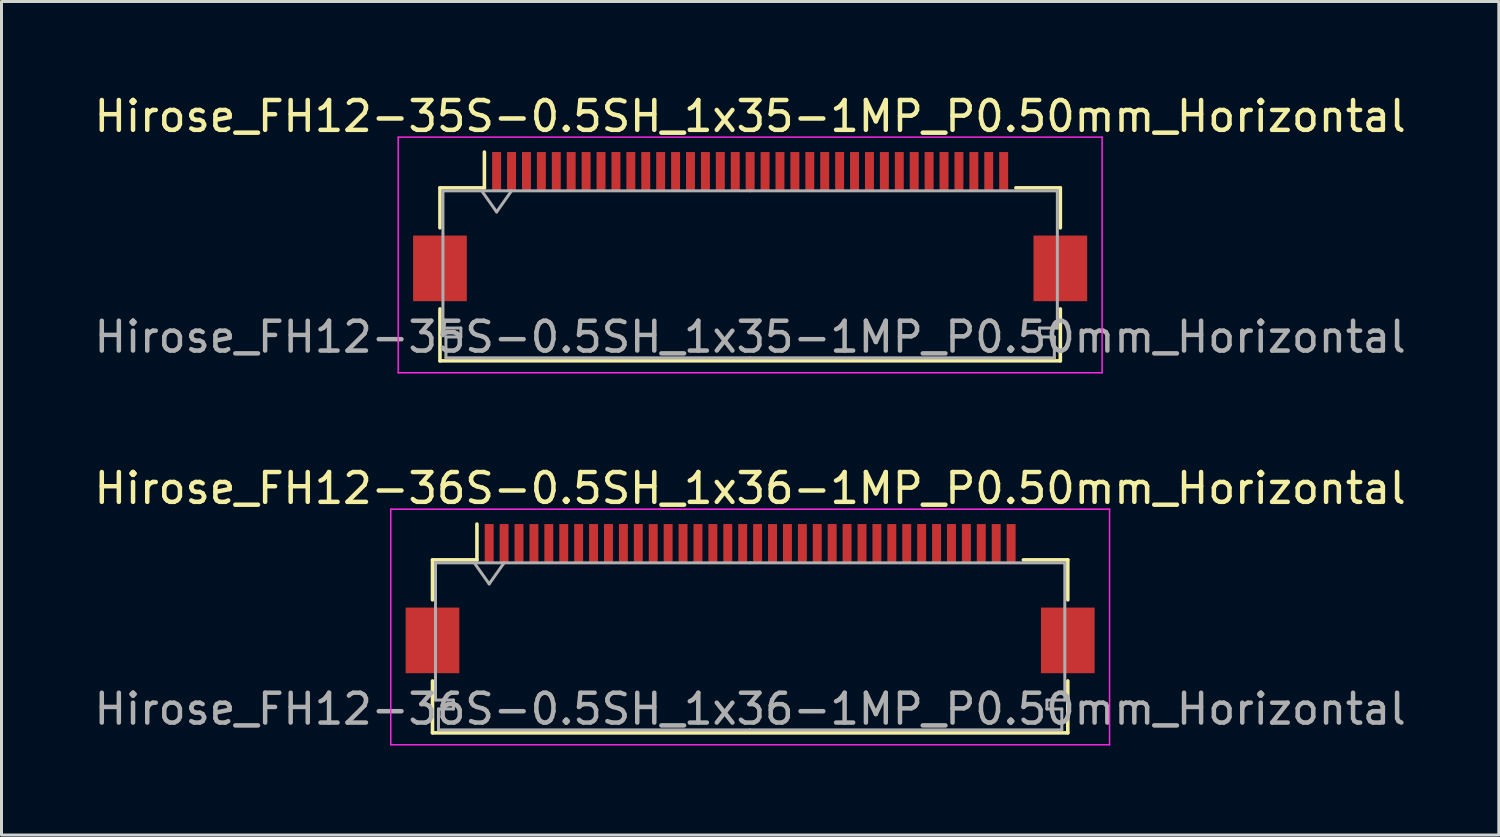
<source format=kicad_pcb>
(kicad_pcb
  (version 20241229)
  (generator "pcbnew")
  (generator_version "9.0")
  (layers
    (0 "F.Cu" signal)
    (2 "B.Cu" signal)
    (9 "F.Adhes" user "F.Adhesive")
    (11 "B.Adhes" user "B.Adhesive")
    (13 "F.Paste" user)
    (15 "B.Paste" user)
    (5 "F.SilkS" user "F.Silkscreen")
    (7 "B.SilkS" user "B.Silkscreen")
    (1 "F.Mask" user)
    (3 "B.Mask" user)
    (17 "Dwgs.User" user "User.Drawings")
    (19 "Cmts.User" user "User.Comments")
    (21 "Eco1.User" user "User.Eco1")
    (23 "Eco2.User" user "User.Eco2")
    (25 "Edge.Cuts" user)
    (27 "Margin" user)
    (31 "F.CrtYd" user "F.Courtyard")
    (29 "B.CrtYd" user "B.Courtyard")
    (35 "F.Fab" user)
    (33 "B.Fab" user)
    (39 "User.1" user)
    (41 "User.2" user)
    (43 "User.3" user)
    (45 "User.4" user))
  (footprint "Hirose_FH12-35S-0.5SH_1x35-1MP_P0.50mm_Horizontal"
    (layer "F.Cu")
    (at 22.101 4.548)
    (property "Reference" "Hirose_FH12-35S-0.5SH_1x35-1MP_P0.50mm_Horizontal" (at 0 -3.7 0) (layer "F.SilkS") (effects (font (size 1 1) (thickness 0.15))))
    (attr smd)
    (fp_line (start -10.4 -1.3) (end -10.4 0.04) (stroke (width 0.12) (type solid)) (layer "F.SilkS"))
    (fp_line (start -10.4 2.76) (end -10.4 4.5) (stroke (width 0.12) (type solid)) (layer "F.SilkS"))
    (fp_line (start -10.4 4.5) (end 10.4 4.5) (stroke (width 0.12) (type solid)) (layer "F.SilkS"))
    (fp_line (start -8.91 -1.3) (end -10.4 -1.3) (stroke (width 0.12) (type solid)) (layer "F.SilkS"))
    (fp_line (start -8.91 -1.3) (end -8.91 -2.5) (stroke (width 0.12) (type solid)) (layer "F.SilkS"))
    (fp_line (start 8.91 -1.3) (end 10.4 -1.3) (stroke (width 0.12) (type solid)) (layer "F.SilkS"))
    (fp_line (start 10.4 -1.3) (end 10.4 0.04) (stroke (width 0.12) (type solid)) (layer "F.SilkS"))
    (fp_line (start 10.4 4.5) (end 10.4 2.76) (stroke (width 0.12) (type solid)) (layer "F.SilkS"))
    (fp_line (start -11.8 -3) (end -11.8 4.9) (stroke (width 0.05) (type solid)) (layer "F.CrtYd"))
    (fp_line (start -11.8 4.9) (end 11.8 4.9) (stroke (width 0.05) (type solid)) (layer "F.CrtYd"))
    (fp_line (start 11.8 -3) (end -11.8 -3) (stroke (width 0.05) (type solid)) (layer "F.CrtYd"))
    (fp_line (start 11.8 4.9) (end 11.8 -3) (stroke (width 0.05) (type solid)) (layer "F.CrtYd"))
    (fp_line (start -10.3 -1.2) (end -10.3 3.4) (stroke (width 0.1) (type solid)) (layer "F.Fab"))
    (fp_line (start -10.3 3.4) (end -9.7 3.4) (stroke (width 0.1) (type solid)) (layer "F.Fab"))
    (fp_line (start -10.2 3.7) (end -10.2 4.4) (stroke (width 0.1) (type solid)) (layer "F.Fab"))
    (fp_line (start -10.2 4.4) (end 0 4.4) (stroke (width 0.1) (type solid)) (layer "F.Fab"))
    (fp_line (start -9.7 3.4) (end -9.7 3.7) (stroke (width 0.1) (type solid)) (layer "F.Fab"))
    (fp_line (start -9.7 3.7) (end -10.2 3.7) (stroke (width 0.1) (type solid)) (layer "F.Fab"))
    (fp_line (start -9 -1.2) (end -8.5 -0.493) (stroke (width 0.1) (type solid)) (layer "F.Fab"))
    (fp_line (start -8.5 -0.493) (end -8 -1.2) (stroke (width 0.1) (type solid)) (layer "F.Fab"))
    (fp_line (start 0 -1.2) (end -10.3 -1.2) (stroke (width 0.1) (type solid)) (layer "F.Fab"))
    (fp_line (start 0 -1.2) (end 10.3 -1.2) (stroke (width 0.1) (type solid)) (layer "F.Fab"))
    (fp_line (start 9.7 3.4) (end 9.7 3.7) (stroke (width 0.1) (type solid)) (layer "F.Fab"))
    (fp_line (start 9.7 3.7) (end 10.2 3.7) (stroke (width 0.1) (type solid)) (layer "F.Fab"))
    (fp_line (start 10.2 3.7) (end 10.2 4.4) (stroke (width 0.1) (type solid)) (layer "F.Fab"))
    (fp_line (start 10.2 4.4) (end 0 4.4) (stroke (width 0.1) (type solid)) (layer "F.Fab"))
    (fp_line (start 10.3 -1.2) (end 10.3 3.4) (stroke (width 0.1) (type solid)) (layer "F.Fab"))
    (fp_line (start 10.3 3.4) (end 9.7 3.4) (stroke (width 0.1) (type solid)) (layer "F.Fab"))
    (fp_text user "${REFERENCE}" (at 0 3.7 0) (layer "F.Fab") (effects (font (size 1 1) (thickness 0.15))))
    (pad "1" smd rect (at -8.5 -1.85) (size 0.3 1.3) (layers "F.Cu" "F.Mask" "F.Paste"))
    (pad "2" smd rect (at -8 -1.85) (size 0.3 1.3) (layers "F.Cu" "F.Mask" "F.Paste"))
    (pad "3" smd rect (at -7.5 -1.85) (size 0.3 1.3) (layers "F.Cu" "F.Mask" "F.Paste"))
    (pad "4" smd rect (at -7 -1.85) (size 0.3 1.3) (layers "F.Cu" "F.Mask" "F.Paste"))
    (pad "5" smd rect (at -6.5 -1.85) (size 0.3 1.3) (layers "F.Cu" "F.Mask" "F.Paste"))
    (pad "6" smd rect (at -6 -1.85) (size 0.3 1.3) (layers "F.Cu" "F.Mask" "F.Paste"))
    (pad "7" smd rect (at -5.5 -1.85) (size 0.3 1.3) (layers "F.Cu" "F.Mask" "F.Paste"))
    (pad "8" smd rect (at -5 -1.85) (size 0.3 1.3) (layers "F.Cu" "F.Mask" "F.Paste"))
    (pad "9" smd rect (at -4.5 -1.85) (size 0.3 1.3) (layers "F.Cu" "F.Mask" "F.Paste"))
    (pad "10" smd rect (at -4 -1.85) (size 0.3 1.3) (layers "F.Cu" "F.Mask" "F.Paste"))
    (pad "11" smd rect (at -3.5 -1.85) (size 0.3 1.3) (layers "F.Cu" "F.Mask" "F.Paste"))
    (pad "12" smd rect (at -3 -1.85) (size 0.3 1.3) (layers "F.Cu" "F.Mask" "F.Paste"))
    (pad "13" smd rect (at -2.5 -1.85) (size 0.3 1.3) (layers "F.Cu" "F.Mask" "F.Paste"))
    (pad "14" smd rect (at -2 -1.85) (size 0.3 1.3) (layers "F.Cu" "F.Mask" "F.Paste"))
    (pad "15" smd rect (at -1.5 -1.85) (size 0.3 1.3) (layers "F.Cu" "F.Mask" "F.Paste"))
    (pad "16" smd rect (at -1 -1.85) (size 0.3 1.3) (layers "F.Cu" "F.Mask" "F.Paste"))
    (pad "17" smd rect (at -0.5 -1.85) (size 0.3 1.3) (layers "F.Cu" "F.Mask" "F.Paste"))
    (pad "18" smd rect (at 0 -1.85) (size 0.3 1.3) (layers "F.Cu" "F.Mask" "F.Paste"))
    (pad "19" smd rect (at 0.5 -1.85) (size 0.3 1.3) (layers "F.Cu" "F.Mask" "F.Paste"))
    (pad "20" smd rect (at 1 -1.85) (size 0.3 1.3) (layers "F.Cu" "F.Mask" "F.Paste"))
    (pad "21" smd rect (at 1.5 -1.85) (size 0.3 1.3) (layers "F.Cu" "F.Mask" "F.Paste"))
    (pad "22" smd rect (at 2 -1.85) (size 0.3 1.3) (layers "F.Cu" "F.Mask" "F.Paste"))
    (pad "23" smd rect (at 2.5 -1.85) (size 0.3 1.3) (layers "F.Cu" "F.Mask" "F.Paste"))
    (pad "24" smd rect (at 3 -1.85) (size 0.3 1.3) (layers "F.Cu" "F.Mask" "F.Paste"))
    (pad "25" smd rect (at 3.5 -1.85) (size 0.3 1.3) (layers "F.Cu" "F.Mask" "F.Paste"))
    (pad "26" smd rect (at 4 -1.85) (size 0.3 1.3) (layers "F.Cu" "F.Mask" "F.Paste"))
    (pad "27" smd rect (at 4.5 -1.85) (size 0.3 1.3) (layers "F.Cu" "F.Mask" "F.Paste"))
    (pad "28" smd rect (at 5 -1.85) (size 0.3 1.3) (layers "F.Cu" "F.Mask" "F.Paste"))
    (pad "29" smd rect (at 5.5 -1.85) (size 0.3 1.3) (layers "F.Cu" "F.Mask" "F.Paste"))
    (pad "30" smd rect (at 6 -1.85) (size 0.3 1.3) (layers "F.Cu" "F.Mask" "F.Paste"))
    (pad "31" smd rect (at 6.5 -1.85) (size 0.3 1.3) (layers "F.Cu" "F.Mask" "F.Paste"))
    (pad "32" smd rect (at 7 -1.85) (size 0.3 1.3) (layers "F.Cu" "F.Mask" "F.Paste"))
    (pad "33" smd rect (at 7.5 -1.85) (size 0.3 1.3) (layers "F.Cu" "F.Mask" "F.Paste"))
    (pad "34" smd rect (at 8 -1.85) (size 0.3 1.3) (layers "F.Cu" "F.Mask" "F.Paste"))
    (pad "35" smd rect (at 8.5 -1.85) (size 0.3 1.3) (layers "F.Cu" "F.Mask" "F.Paste"))
    (pad "MP" smd rect (at -10.4 1.4) (size 1.8 2.2) (layers "F.Cu" "F.Mask" "F.Paste"))
    (pad "MP" smd rect (at 10.4 1.4) (size 1.8 2.2) (layers "F.Cu" "F.Mask" "F.Paste")))
  (footprint "Hirose_FH12-36S-0.5SH_1x36-1MP_P0.50mm_Horizontal"
    (layer "F.Cu")
    (at 22.101 17.021)
    (property "Reference" "Hirose_FH12-36S-0.5SH_1x36-1MP_P0.50mm_Horizontal" (at 0 -3.7 0) (layer "F.SilkS") (effects (font (size 1 1) (thickness 0.15))))
    (attr smd)
    (fp_line (start -10.65 -1.3) (end -10.65 0.04) (stroke (width 0.12) (type solid)) (layer "F.SilkS"))
    (fp_line (start -10.65 2.76) (end -10.65 4.5) (stroke (width 0.12) (type solid)) (layer "F.SilkS"))
    (fp_line (start -10.65 4.5) (end 10.65 4.5) (stroke (width 0.12) (type solid)) (layer "F.SilkS"))
    (fp_line (start -9.16 -1.3) (end -10.65 -1.3) (stroke (width 0.12) (type solid)) (layer "F.SilkS"))
    (fp_line (start -9.16 -1.3) (end -9.16 -2.5) (stroke (width 0.12) (type solid)) (layer "F.SilkS"))
    (fp_line (start 9.16 -1.3) (end 10.65 -1.3) (stroke (width 0.12) (type solid)) (layer "F.SilkS"))
    (fp_line (start 10.65 -1.3) (end 10.65 0.04) (stroke (width 0.12) (type solid)) (layer "F.SilkS"))
    (fp_line (start 10.65 4.5) (end 10.65 2.76) (stroke (width 0.12) (type solid)) (layer "F.SilkS"))
    (fp_line (start -12.05 -3) (end -12.05 4.9) (stroke (width 0.05) (type solid)) (layer "F.CrtYd"))
    (fp_line (start -12.05 4.9) (end 12.05 4.9) (stroke (width 0.05) (type solid)) (layer "F.CrtYd"))
    (fp_line (start 12.05 -3) (end -12.05 -3) (stroke (width 0.05) (type solid)) (layer "F.CrtYd"))
    (fp_line (start 12.05 4.9) (end 12.05 -3) (stroke (width 0.05) (type solid)) (layer "F.CrtYd"))
    (fp_line (start -10.55 -1.2) (end -10.55 3.4) (stroke (width 0.1) (type solid)) (layer "F.Fab"))
    (fp_line (start -10.55 3.4) (end -9.95 3.4) (stroke (width 0.1) (type solid)) (layer "F.Fab"))
    (fp_line (start -10.45 3.7) (end -10.45 4.4) (stroke (width 0.1) (type solid)) (layer "F.Fab"))
    (fp_line (start -10.45 4.4) (end 0 4.4) (stroke (width 0.1) (type solid)) (layer "F.Fab"))
    (fp_line (start -9.95 3.4) (end -9.95 3.7) (stroke (width 0.1) (type solid)) (layer "F.Fab"))
    (fp_line (start -9.95 3.7) (end -10.45 3.7) (stroke (width 0.1) (type solid)) (layer "F.Fab"))
    (fp_line (start -9.25 -1.2) (end -8.75 -0.493) (stroke (width 0.1) (type solid)) (layer "F.Fab"))
    (fp_line (start -8.75 -0.493) (end -8.25 -1.2) (stroke (width 0.1) (type solid)) (layer "F.Fab"))
    (fp_line (start 0 -1.2) (end -10.55 -1.2) (stroke (width 0.1) (type solid)) (layer "F.Fab"))
    (fp_line (start 0 -1.2) (end 10.55 -1.2) (stroke (width 0.1) (type solid)) (layer "F.Fab"))
    (fp_line (start 9.95 3.4) (end 9.95 3.7) (stroke (width 0.1) (type solid)) (layer "F.Fab"))
    (fp_line (start 9.95 3.7) (end 10.45 3.7) (stroke (width 0.1) (type solid)) (layer "F.Fab"))
    (fp_line (start 10.45 3.7) (end 10.45 4.4) (stroke (width 0.1) (type solid)) (layer "F.Fab"))
    (fp_line (start 10.45 4.4) (end 0 4.4) (stroke (width 0.1) (type solid)) (layer "F.Fab"))
    (fp_line (start 10.55 -1.2) (end 10.55 3.4) (stroke (width 0.1) (type solid)) (layer "F.Fab"))
    (fp_line (start 10.55 3.4) (end 9.95 3.4) (stroke (width 0.1) (type solid)) (layer "F.Fab"))
    (fp_text user "${REFERENCE}" (at 0 3.7 0) (layer "F.Fab") (effects (font (size 1 1) (thickness 0.15))))
    (pad "1" smd rect (at -8.75 -1.85) (size 0.3 1.3) (layers "F.Cu" "F.Mask" "F.Paste"))
    (pad "2" smd rect (at -8.25 -1.85) (size 0.3 1.3) (layers "F.Cu" "F.Mask" "F.Paste"))
    (pad "3" smd rect (at -7.75 -1.85) (size 0.3 1.3) (layers "F.Cu" "F.Mask" "F.Paste"))
    (pad "4" smd rect (at -7.25 -1.85) (size 0.3 1.3) (layers "F.Cu" "F.Mask" "F.Paste"))
    (pad "5" smd rect (at -6.75 -1.85) (size 0.3 1.3) (layers "F.Cu" "F.Mask" "F.Paste"))
    (pad "6" smd rect (at -6.25 -1.85) (size 0.3 1.3) (layers "F.Cu" "F.Mask" "F.Paste"))
    (pad "7" smd rect (at -5.75 -1.85) (size 0.3 1.3) (layers "F.Cu" "F.Mask" "F.Paste"))
    (pad "8" smd rect (at -5.25 -1.85) (size 0.3 1.3) (layers "F.Cu" "F.Mask" "F.Paste"))
    (pad "9" smd rect (at -4.75 -1.85) (size 0.3 1.3) (layers "F.Cu" "F.Mask" "F.Paste"))
    (pad "10" smd rect (at -4.25 -1.85) (size 0.3 1.3) (layers "F.Cu" "F.Mask" "F.Paste"))
    (pad "11" smd rect (at -3.75 -1.85) (size 0.3 1.3) (layers "F.Cu" "F.Mask" "F.Paste"))
    (pad "12" smd rect (at -3.25 -1.85) (size 0.3 1.3) (layers "F.Cu" "F.Mask" "F.Paste"))
    (pad "13" smd rect (at -2.75 -1.85) (size 0.3 1.3) (layers "F.Cu" "F.Mask" "F.Paste"))
    (pad "14" smd rect (at -2.25 -1.85) (size 0.3 1.3) (layers "F.Cu" "F.Mask" "F.Paste"))
    (pad "15" smd rect (at -1.75 -1.85) (size 0.3 1.3) (layers "F.Cu" "F.Mask" "F.Paste"))
    (pad "16" smd rect (at -1.25 -1.85) (size 0.3 1.3) (layers "F.Cu" "F.Mask" "F.Paste"))
    (pad "17" smd rect (at -0.75 -1.85) (size 0.3 1.3) (layers "F.Cu" "F.Mask" "F.Paste"))
    (pad "18" smd rect (at -0.25 -1.85) (size 0.3 1.3) (layers "F.Cu" "F.Mask" "F.Paste"))
    (pad "19" smd rect (at 0.25 -1.85) (size 0.3 1.3) (layers "F.Cu" "F.Mask" "F.Paste"))
    (pad "20" smd rect (at 0.75 -1.85) (size 0.3 1.3) (layers "F.Cu" "F.Mask" "F.Paste"))
    (pad "21" smd rect (at 1.25 -1.85) (size 0.3 1.3) (layers "F.Cu" "F.Mask" "F.Paste"))
    (pad "22" smd rect (at 1.75 -1.85) (size 0.3 1.3) (layers "F.Cu" "F.Mask" "F.Paste"))
    (pad "23" smd rect (at 2.25 -1.85) (size 0.3 1.3) (layers "F.Cu" "F.Mask" "F.Paste"))
    (pad "24" smd rect (at 2.75 -1.85) (size 0.3 1.3) (layers "F.Cu" "F.Mask" "F.Paste"))
    (pad "25" smd rect (at 3.25 -1.85) (size 0.3 1.3) (layers "F.Cu" "F.Mask" "F.Paste"))
    (pad "26" smd rect (at 3.75 -1.85) (size 0.3 1.3) (layers "F.Cu" "F.Mask" "F.Paste"))
    (pad "27" smd rect (at 4.25 -1.85) (size 0.3 1.3) (layers "F.Cu" "F.Mask" "F.Paste"))
    (pad "28" smd rect (at 4.75 -1.85) (size 0.3 1.3) (layers "F.Cu" "F.Mask" "F.Paste"))
    (pad "29" smd rect (at 5.25 -1.85) (size 0.3 1.3) (layers "F.Cu" "F.Mask" "F.Paste"))
    (pad "30" smd rect (at 5.75 -1.85) (size 0.3 1.3) (layers "F.Cu" "F.Mask" "F.Paste"))
    (pad "31" smd rect (at 6.25 -1.85) (size 0.3 1.3) (layers "F.Cu" "F.Mask" "F.Paste"))
    (pad "32" smd rect (at 6.75 -1.85) (size 0.3 1.3) (layers "F.Cu" "F.Mask" "F.Paste"))
    (pad "33" smd rect (at 7.25 -1.85) (size 0.3 1.3) (layers "F.Cu" "F.Mask" "F.Paste"))
    (pad "34" smd rect (at 7.75 -1.85) (size 0.3 1.3) (layers "F.Cu" "F.Mask" "F.Paste"))
    (pad "35" smd rect (at 8.25 -1.85) (size 0.3 1.3) (layers "F.Cu" "F.Mask" "F.Paste"))
    (pad "36" smd rect (at 8.75 -1.85) (size 0.3 1.3) (layers "F.Cu" "F.Mask" "F.Paste"))
    (pad "MP" smd rect (at -10.65 1.4) (size 1.8 2.2) (layers "F.Cu" "F.Mask" "F.Paste"))
    (pad "MP" smd rect (at 10.65 1.4) (size 1.8 2.2) (layers "F.Cu" "F.Mask" "F.Paste")))
  (gr_rect
    (start -3 -3)
    (end 47.202 24.947)
    (stroke (width 0.1) (type default))
    (fill no)
    (layer "Edge.Cuts")))
</source>
